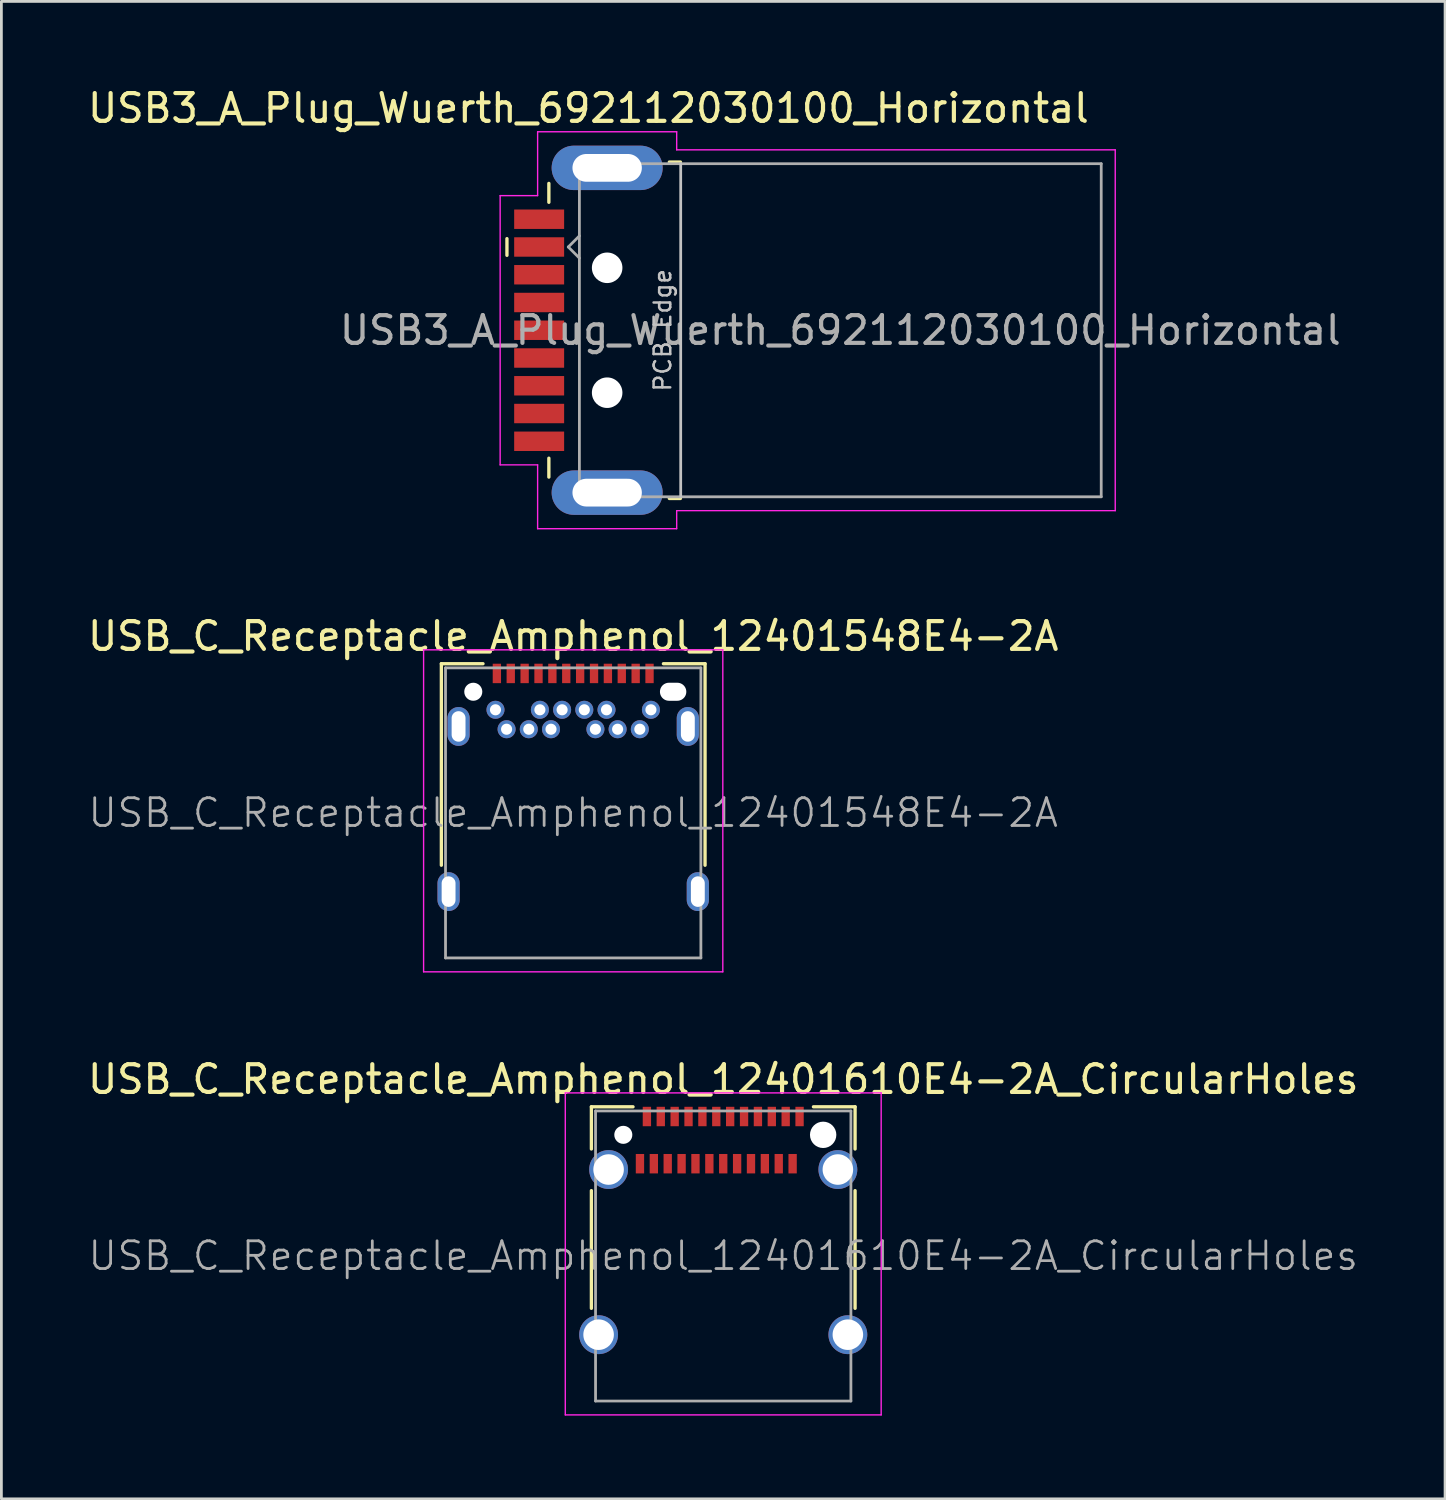
<source format=kicad_pcb>
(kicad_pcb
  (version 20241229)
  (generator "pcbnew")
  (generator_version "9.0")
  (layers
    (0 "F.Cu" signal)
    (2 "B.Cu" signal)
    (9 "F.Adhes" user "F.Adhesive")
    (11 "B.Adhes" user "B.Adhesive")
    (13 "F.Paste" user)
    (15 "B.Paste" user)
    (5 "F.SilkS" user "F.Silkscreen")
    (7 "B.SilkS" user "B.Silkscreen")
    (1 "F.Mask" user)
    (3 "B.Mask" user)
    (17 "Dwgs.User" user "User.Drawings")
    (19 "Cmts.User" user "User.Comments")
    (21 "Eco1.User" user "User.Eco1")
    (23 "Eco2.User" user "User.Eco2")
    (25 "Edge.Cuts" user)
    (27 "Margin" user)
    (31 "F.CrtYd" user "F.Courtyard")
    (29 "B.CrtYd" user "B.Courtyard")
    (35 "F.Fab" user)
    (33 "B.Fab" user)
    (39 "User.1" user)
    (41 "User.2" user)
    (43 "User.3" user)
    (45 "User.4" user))
  (footprint "USB3_A_Plug_Wuerth_692112030100_Horizontal"
    (layer "F.Cu")
    (at 18.149 8.848)
    (property "Reference" "USB3_A_Plug_Wuerth_692112030100_Horizontal" (at 0 -8 0) (layer "F.SilkS") (effects (font (size 1 1) (thickness 0.15))))
    (attr smd)
    (fp_line (start -2.935 -2.7) (end -2.935 -3.3) (stroke (width 0.12) (type solid)) (layer "F.SilkS"))
    (fp_line (start -1.425 -4.61) (end -1.425 -5.29) (stroke (width 0.12) (type solid)) (layer "F.SilkS"))
    (fp_line (start -1.425 4.61) (end -1.425 5.29) (stroke (width 0.12) (type solid)) (layer "F.SilkS"))
    (fp_line (start 3.315 -6.06) (end 2.915 -6.06) (stroke (width 0.12) (type solid)) (layer "F.SilkS"))
    (fp_line (start 3.315 6.06) (end 2.915 6.06) (stroke (width 0.12) (type solid)) (layer "F.SilkS"))
    (fp_line (start 3.325 6) (end 3.325 -6) (stroke (width 0.1) (type solid)) (layer "Dwgs.User"))
    (fp_line (start -3.18 -4.85) (end -3.18 4.85) (stroke (width 0.05) (type solid)) (layer "F.CrtYd"))
    (fp_line (start -1.83 -7.15) (end -1.83 -4.85) (stroke (width 0.05) (type solid)) (layer "F.CrtYd"))
    (fp_line (start -1.83 -4.85) (end -3.18 -4.85) (stroke (width 0.05) (type solid)) (layer "F.CrtYd"))
    (fp_line (start -1.83 4.85) (end -3.18 4.85) (stroke (width 0.05) (type solid)) (layer "F.CrtYd"))
    (fp_line (start -1.83 7.15) (end -1.83 4.85) (stroke (width 0.05) (type solid)) (layer "F.CrtYd"))
    (fp_line (start 3.18 -7.15) (end -1.83 -7.15) (stroke (width 0.05) (type solid)) (layer "F.CrtYd"))
    (fp_line (start 3.18 -6.5) (end 3.18 -7.15) (stroke (width 0.05) (type solid)) (layer "F.CrtYd"))
    (fp_line (start 3.18 6.5) (end 3.18 7.15) (stroke (width 0.05) (type solid)) (layer "F.CrtYd"))
    (fp_line (start 3.18 7.15) (end -1.83 7.15) (stroke (width 0.05) (type solid)) (layer "F.CrtYd"))
    (fp_line (start 18.98 -6.5) (end 3.18 -6.5) (stroke (width 0.05) (type solid)) (layer "F.CrtYd"))
    (fp_line (start 18.98 6.5) (end 3.18 6.5) (stroke (width 0.05) (type solid)) (layer "F.CrtYd"))
    (fp_line (start 18.98 6.5) (end 18.98 -6.5) (stroke (width 0.05) (type solid)) (layer "F.CrtYd"))
    (fp_line (start -0.725 -3) (end -0.325 -3.4) (stroke (width 0.1) (type solid)) (layer "F.Fab"))
    (fp_line (start -0.725 -3) (end -0.325 -2.6) (stroke (width 0.1) (type solid)) (layer "F.Fab"))
    (fp_line (start -0.325 6) (end -0.325 -6) (stroke (width 0.1) (type solid)) (layer "F.Fab"))
    (fp_line (start 18.475 -6) (end -0.325 -6) (stroke (width 0.1) (type solid)) (layer "F.Fab"))
    (fp_line (start 18.475 6) (end -0.325 6) (stroke (width 0.1) (type solid)) (layer "F.Fab"))
    (fp_line (start 18.475 6) (end 18.475 -6) (stroke (width 0.1) (type solid)) (layer "F.Fab"))
    (fp_text user "PCB Edge" (at 2.675 0 90) (layer "Dwgs.User") (effects (font (size 0.6 0.6) (thickness 0.09))))
    (fp_text user "${REFERENCE}" (at 9.075 0 180) (layer "F.Fab") (effects (font (size 1 1) (thickness 0.15))))
    (pad "" np_thru_hole circle (at 0.675 -2.25 90) (size 1.1 1.1) (drill 1.1) (layers "*.Cu" "*.Mask"))
    (pad "" np_thru_hole circle (at 0.675 2.25 90) (size 1.1 1.1) (drill 1.1) (layers "*.Cu" "*.Mask"))
    (pad "1" smd rect (at -1.775 -3 90) (size 0.7 1.8) (layers "F.Cu" "F.Mask" "F.Paste"))
    (pad "2" smd rect (at -1.775 -1 90) (size 0.7 1.8) (layers "F.Cu" "F.Mask" "F.Paste"))
    (pad "3" smd rect (at -1.775 1 90) (size 0.7 1.8) (layers "F.Cu" "F.Mask" "F.Paste"))
    (pad "4" smd rect (at -1.775 3 90) (size 0.7 1.8) (layers "F.Cu" "F.Mask" "F.Paste"))
    (pad "5" smd rect (at -1.775 4 90) (size 0.7 1.8) (layers "F.Cu" "F.Mask" "F.Paste"))
    (pad "6" smd rect (at -1.775 2 90) (size 0.7 1.8) (layers "F.Cu" "F.Mask" "F.Paste"))
    (pad "7" smd rect (at -1.775 0 90) (size 0.7 1.8) (layers "F.Cu" "F.Mask" "F.Paste"))
    (pad "8" smd rect (at -1.775 -2 90) (size 0.7 1.8) (layers "F.Cu" "F.Mask" "F.Paste"))
    (pad "9" smd rect (at -1.775 -4) (size 1.8 0.7) (layers "F.Cu" "F.Mask" "F.Paste"))
    (pad "10" thru_hole oval (at 0.675 -5.85 90) (size 1.6 4) (drill oval 1 2.5) (layers "*.Cu" "*.Mask"))
    (pad "10" thru_hole oval (at 0.675 5.85 90) (size 1.6 4) (drill oval 1 2.5) (layers "*.Cu" "*.Mask")))
  (footprint "USB_C_Receptacle_Amphenol_12401610E4-2A_CircularHoles"
    (layer "F.Cu")
    (at 23.006 42.195)
    (property "Reference" "USB_C_Receptacle_Amphenol_12401610E4-2A_CircularHoles" (at 0 -6.36 0) (layer "F.SilkS") (effects (font (size 1 1) (thickness 0.15))))
    (attr smd)
    (fp_line (start -4.75 -5.37) (end -4.75 -3.85) (stroke (width 0.12) (type solid)) (layer "F.SilkS"))
    (fp_line (start -4.75 -5.37) (end -3.25 -5.37) (stroke (width 0.12) (type solid)) (layer "F.SilkS"))
    (fp_line (start -4.75 -2.35) (end -4.75 1.89) (stroke (width 0.12) (type solid)) (layer "F.SilkS"))
    (fp_line (start 3.25 -5.37) (end 4.75 -5.37) (stroke (width 0.12) (type solid)) (layer "F.SilkS"))
    (fp_line (start 4.75 -5.37) (end 4.75 -3.85) (stroke (width 0.12) (type solid)) (layer "F.SilkS"))
    (fp_line (start 4.75 -2.35) (end 4.75 1.89) (stroke (width 0.12) (type solid)) (layer "F.SilkS"))
    (fp_line (start -5.69 -5.87) (end 5.69 -5.87) (stroke (width 0.05) (type solid)) (layer "F.CrtYd"))
    (fp_line (start -5.69 5.73) (end -5.69 -5.87) (stroke (width 0.05) (type solid)) (layer "F.CrtYd"))
    (fp_line (start 5.69 -5.87) (end 5.69 5.73) (stroke (width 0.05) (type solid)) (layer "F.CrtYd"))
    (fp_line (start 5.69 5.73) (end -5.69 5.73) (stroke (width 0.05) (type solid)) (layer "F.CrtYd"))
    (fp_line (start -4.6 -5.22) (end 4.6 -5.22) (stroke (width 0.1) (type solid)) (layer "F.Fab"))
    (fp_line (start -4.6 5.23) (end -4.6 -5.22) (stroke (width 0.1) (type solid)) (layer "F.Fab"))
    (fp_line (start -4.6 5.23) (end 4.6 5.23) (stroke (width 0.1) (type solid)) (layer "F.Fab"))
    (fp_line (start 4.6 5.23) (end 4.6 -5.22) (stroke (width 0.1) (type solid)) (layer "F.Fab"))
    (fp_text user "${REFERENCE}" (at 0 0 0) (layer "F.Fab") (effects (font (size 1 1) (thickness 0.1))))
    (pad "" np_thru_hole circle (at -3.6 -4.36) (size 0.65 0.65) (drill 0.65) (layers "*.Cu" "*.Mask"))
    (pad "" np_thru_hole circle (at 3.6 -4.36) (size 0.95 0.95) (drill 0.95) (layers "*.Cu" "*.Mask"))
    (pad "A1" smd rect (at -2.75 -5.02) (size 0.3 0.7) (layers "F.Cu" "F.Mask" "F.Paste"))
    (pad "A2" smd rect (at -2.25 -5.02) (size 0.3 0.7) (layers "F.Cu" "F.Mask" "F.Paste"))
    (pad "A3" smd rect (at -1.75 -5.02) (size 0.3 0.7) (layers "F.Cu" "F.Mask" "F.Paste"))
    (pad "A4" smd rect (at -1.25 -5.02) (size 0.3 0.7) (layers "F.Cu" "F.Mask" "F.Paste"))
    (pad "A5" smd rect (at -0.75 -5.02) (size 0.3 0.7) (layers "F.Cu" "F.Mask" "F.Paste"))
    (pad "A6" smd rect (at -0.25 -5.02) (size 0.3 0.7) (layers "F.Cu" "F.Mask" "F.Paste"))
    (pad "A7" smd rect (at 0.25 -5.02) (size 0.3 0.7) (layers "F.Cu" "F.Mask" "F.Paste"))
    (pad "A8" smd rect (at 0.75 -5.02) (size 0.3 0.7) (layers "F.Cu" "F.Mask" "F.Paste"))
    (pad "A9" smd rect (at 1.25 -5.02) (size 0.3 0.7) (layers "F.Cu" "F.Mask" "F.Paste"))
    (pad "A10" smd rect (at 1.75 -5.02) (size 0.3 0.7) (layers "F.Cu" "F.Mask" "F.Paste"))
    (pad "A11" smd rect (at 2.25 -5.02) (size 0.3 0.7) (layers "F.Cu" "F.Mask" "F.Paste"))
    (pad "A12" smd rect (at 2.75 -5.02) (size 0.3 0.7) (layers "F.Cu" "F.Mask" "F.Paste"))
    (pad "B1" smd rect (at 2.5 -3.32) (size 0.3 0.7) (layers "F.Cu" "F.Mask" "F.Paste"))
    (pad "B2" smd rect (at 2 -3.32) (size 0.3 0.7) (layers "F.Cu" "F.Mask" "F.Paste"))
    (pad "B3" smd rect (at 1.5 -3.32) (size 0.3 0.7) (layers "F.Cu" "F.Mask" "F.Paste"))
    (pad "B4" smd rect (at 1 -3.32) (size 0.3 0.7) (layers "F.Cu" "F.Mask" "F.Paste"))
    (pad "B5" smd rect (at 0.5 -3.32) (size 0.3 0.7) (layers "F.Cu" "F.Mask" "F.Paste"))
    (pad "B6" smd rect (at 0 -3.32) (size 0.3 0.7) (layers "F.Cu" "F.Mask" "F.Paste"))
    (pad "B7" smd rect (at -0.5 -3.32) (size 0.3 0.7) (layers "F.Cu" "F.Mask" "F.Paste"))
    (pad "B8" smd rect (at -1 -3.32) (size 0.3 0.7) (layers "F.Cu" "F.Mask" "F.Paste"))
    (pad "B9" smd rect (at -1.5 -3.32) (size 0.3 0.7) (layers "F.Cu" "F.Mask" "F.Paste"))
    (pad "B10" smd rect (at -2 -3.32) (size 0.3 0.7) (layers "F.Cu" "F.Mask" "F.Paste"))
    (pad "B11" smd rect (at -2.5 -3.32) (size 0.3 0.7) (layers "F.Cu" "F.Mask" "F.Paste"))
    (pad "B12" smd rect (at -3 -3.32) (size 0.3 0.7) (layers "F.Cu" "F.Mask" "F.Paste"))
    (pad "S1" thru_hole circle (at -4.49 2.84) (size 1.4 1.4) (drill 1.1) (layers "*.Cu" "*.Mask"))
    (pad "S1" thru_hole circle (at -4.13 -3.11) (size 1.4 1.4) (drill 1.1) (layers "*.Cu" "*.Mask"))
    (pad "S1" thru_hole circle (at 4.13 -3.11) (size 1.4 1.4) (drill 1.1) (layers "*.Cu" "*.Mask"))
    (pad "S1" thru_hole circle (at 4.49 2.84) (size 1.4 1.4) (drill 1.1) (layers "*.Cu" "*.Mask")))
  (footprint "USB_C_Receptacle_Amphenol_12401548E4-2A"
    (layer "F.Cu")
    (at 17.601 26.232)
    (property "Reference" "USB_C_Receptacle_Amphenol_12401548E4-2A" (at 0 -6.36 0) (layer "F.SilkS") (effects (font (size 1 1) (thickness 0.15))))
    (attr smd)
    (fp_line (start -4.75 -5.37) (end -4.75 1.89) (stroke (width 0.12) (type solid)) (layer "F.SilkS"))
    (fp_line (start -4.75 -5.37) (end -3.25 -5.37) (stroke (width 0.12) (type solid)) (layer "F.SilkS"))
    (fp_line (start 3.25 -5.37) (end 4.75 -5.37) (stroke (width 0.12) (type solid)) (layer "F.SilkS"))
    (fp_line (start 4.75 -5.37) (end 4.75 1.89) (stroke (width 0.12) (type solid)) (layer "F.SilkS"))
    (fp_line (start -5.39 -5.87) (end 5.39 -5.87) (stroke (width 0.05) (type solid)) (layer "F.CrtYd"))
    (fp_line (start -5.39 5.73) (end -5.39 -5.87) (stroke (width 0.05) (type solid)) (layer "F.CrtYd"))
    (fp_line (start 5.39 -5.87) (end 5.39 5.73) (stroke (width 0.05) (type solid)) (layer "F.CrtYd"))
    (fp_line (start 5.39 5.73) (end -5.39 5.73) (stroke (width 0.05) (type solid)) (layer "F.CrtYd"))
    (fp_line (start -4.6 -5.22) (end 4.6 -5.22) (stroke (width 0.1) (type solid)) (layer "F.Fab"))
    (fp_line (start -4.6 5.23) (end -4.6 -5.22) (stroke (width 0.1) (type solid)) (layer "F.Fab"))
    (fp_line (start -4.6 5.23) (end 4.6 5.23) (stroke (width 0.1) (type solid)) (layer "F.Fab"))
    (fp_line (start 4.6 5.23) (end 4.6 -5.22) (stroke (width 0.1) (type solid)) (layer "F.Fab"))
    (fp_text user "${REFERENCE}" (at 0 0 0) (layer "F.Fab") (effects (font (size 1 1) (thickness 0.1))))
    (pad "" np_thru_hole circle (at -3.6 -4.36) (size 0.65 0.65) (drill 0.65) (layers "*.Cu" "*.Mask"))
    (pad "" np_thru_hole oval (at 3.6 -4.36) (size 0.95 0.65) (drill oval 0.95 0.65) (layers "*.Cu" "*.Mask"))
    (pad "A1" smd rect (at -2.75 -5.02) (size 0.3 0.7) (layers "F.Cu" "F.Mask" "F.Paste"))
    (pad "A2" smd rect (at -2.25 -5.02) (size 0.3 0.7) (layers "F.Cu" "F.Mask" "F.Paste"))
    (pad "A3" smd rect (at -1.75 -5.02) (size 0.3 0.7) (layers "F.Cu" "F.Mask" "F.Paste"))
    (pad "A4" smd rect (at -1.25 -5.02) (size 0.3 0.7) (layers "F.Cu" "F.Mask" "F.Paste"))
    (pad "A5" smd rect (at -0.75 -5.02) (size 0.3 0.7) (layers "F.Cu" "F.Mask" "F.Paste"))
    (pad "A6" smd rect (at -0.25 -5.02) (size 0.3 0.7) (layers "F.Cu" "F.Mask" "F.Paste"))
    (pad "A7" smd rect (at 0.25 -5.02) (size 0.3 0.7) (layers "F.Cu" "F.Mask" "F.Paste"))
    (pad "A8" smd rect (at 0.75 -5.02) (size 0.3 0.7) (layers "F.Cu" "F.Mask" "F.Paste"))
    (pad "A9" smd rect (at 1.25 -5.02) (size 0.3 0.7) (layers "F.Cu" "F.Mask" "F.Paste"))
    (pad "A10" smd rect (at 1.75 -5.02) (size 0.3 0.7) (layers "F.Cu" "F.Mask" "F.Paste"))
    (pad "A11" smd rect (at 2.25 -5.02) (size 0.3 0.7) (layers "F.Cu" "F.Mask" "F.Paste"))
    (pad "A12" smd rect (at 2.75 -5.02) (size 0.3 0.7) (layers "F.Cu" "F.Mask" "F.Paste"))
    (pad "B1" thru_hole circle (at 2.8 -3.71) (size 0.65 0.65) (drill 0.4) (layers "*.Cu" "*.Mask"))
    (pad "B2" thru_hole circle (at 2.4 -3.01) (size 0.65 0.65) (drill 0.4) (layers "*.Cu" "*.Mask"))
    (pad "B3" thru_hole circle (at 1.6 -3.01) (size 0.65 0.65) (drill 0.4) (layers "*.Cu" "*.Mask"))
    (pad "B4" thru_hole circle (at 1.2 -3.71) (size 0.65 0.65) (drill 0.4) (layers "*.Cu" "*.Mask"))
    (pad "B5" thru_hole circle (at 0.8 -3.01) (size 0.65 0.65) (drill 0.4) (layers "*.Cu" "*.Mask"))
    (pad "B6" thru_hole circle (at 0.4 -3.71) (size 0.65 0.65) (drill 0.4) (layers "*.Cu" "*.Mask"))
    (pad "B7" thru_hole circle (at -0.4 -3.71) (size 0.65 0.65) (drill 0.4) (layers "*.Cu" "*.Mask"))
    (pad "B8" thru_hole circle (at -0.8 -3.01) (size 0.65 0.65) (drill 0.4) (layers "*.Cu" "*.Mask"))
    (pad "B9" thru_hole circle (at -1.2 -3.71) (size 0.65 0.65) (drill 0.4) (layers "*.Cu" "*.Mask"))
    (pad "B10" thru_hole circle (at -1.6 -3.01) (size 0.65 0.65) (drill 0.4) (layers "*.Cu" "*.Mask"))
    (pad "B11" thru_hole circle (at -2.4 -3.01) (size 0.65 0.65) (drill 0.4) (layers "*.Cu" "*.Mask"))
    (pad "B12" thru_hole circle (at -2.8 -3.71) (size 0.65 0.65) (drill 0.4) (layers "*.Cu" "*.Mask"))
    (pad "S1" thru_hole oval (at -4.49 2.84) (size 0.8 1.4) (drill oval 0.5 1.1) (layers "*.Cu" "*.Mask"))
    (pad "S1" thru_hole oval (at -4.13 -3.11) (size 0.8 1.4) (drill oval 0.5 1.1) (layers "*.Cu" "*.Mask"))
    (pad "S1" thru_hole oval (at 4.13 -3.11) (size 0.8 1.4) (drill oval 0.5 1.1) (layers "*.Cu" "*.Mask"))
    (pad "S1" thru_hole oval (at 4.49 2.84) (size 0.8 1.4) (drill oval 0.5 1.1) (layers "*.Cu" "*.Mask")))
  (gr_rect
    (start -3 -3)
    (end 49.012 50.95)
    (stroke (width 0.1) (type default))
    (fill no)
    (layer "Edge.Cuts")))
</source>
